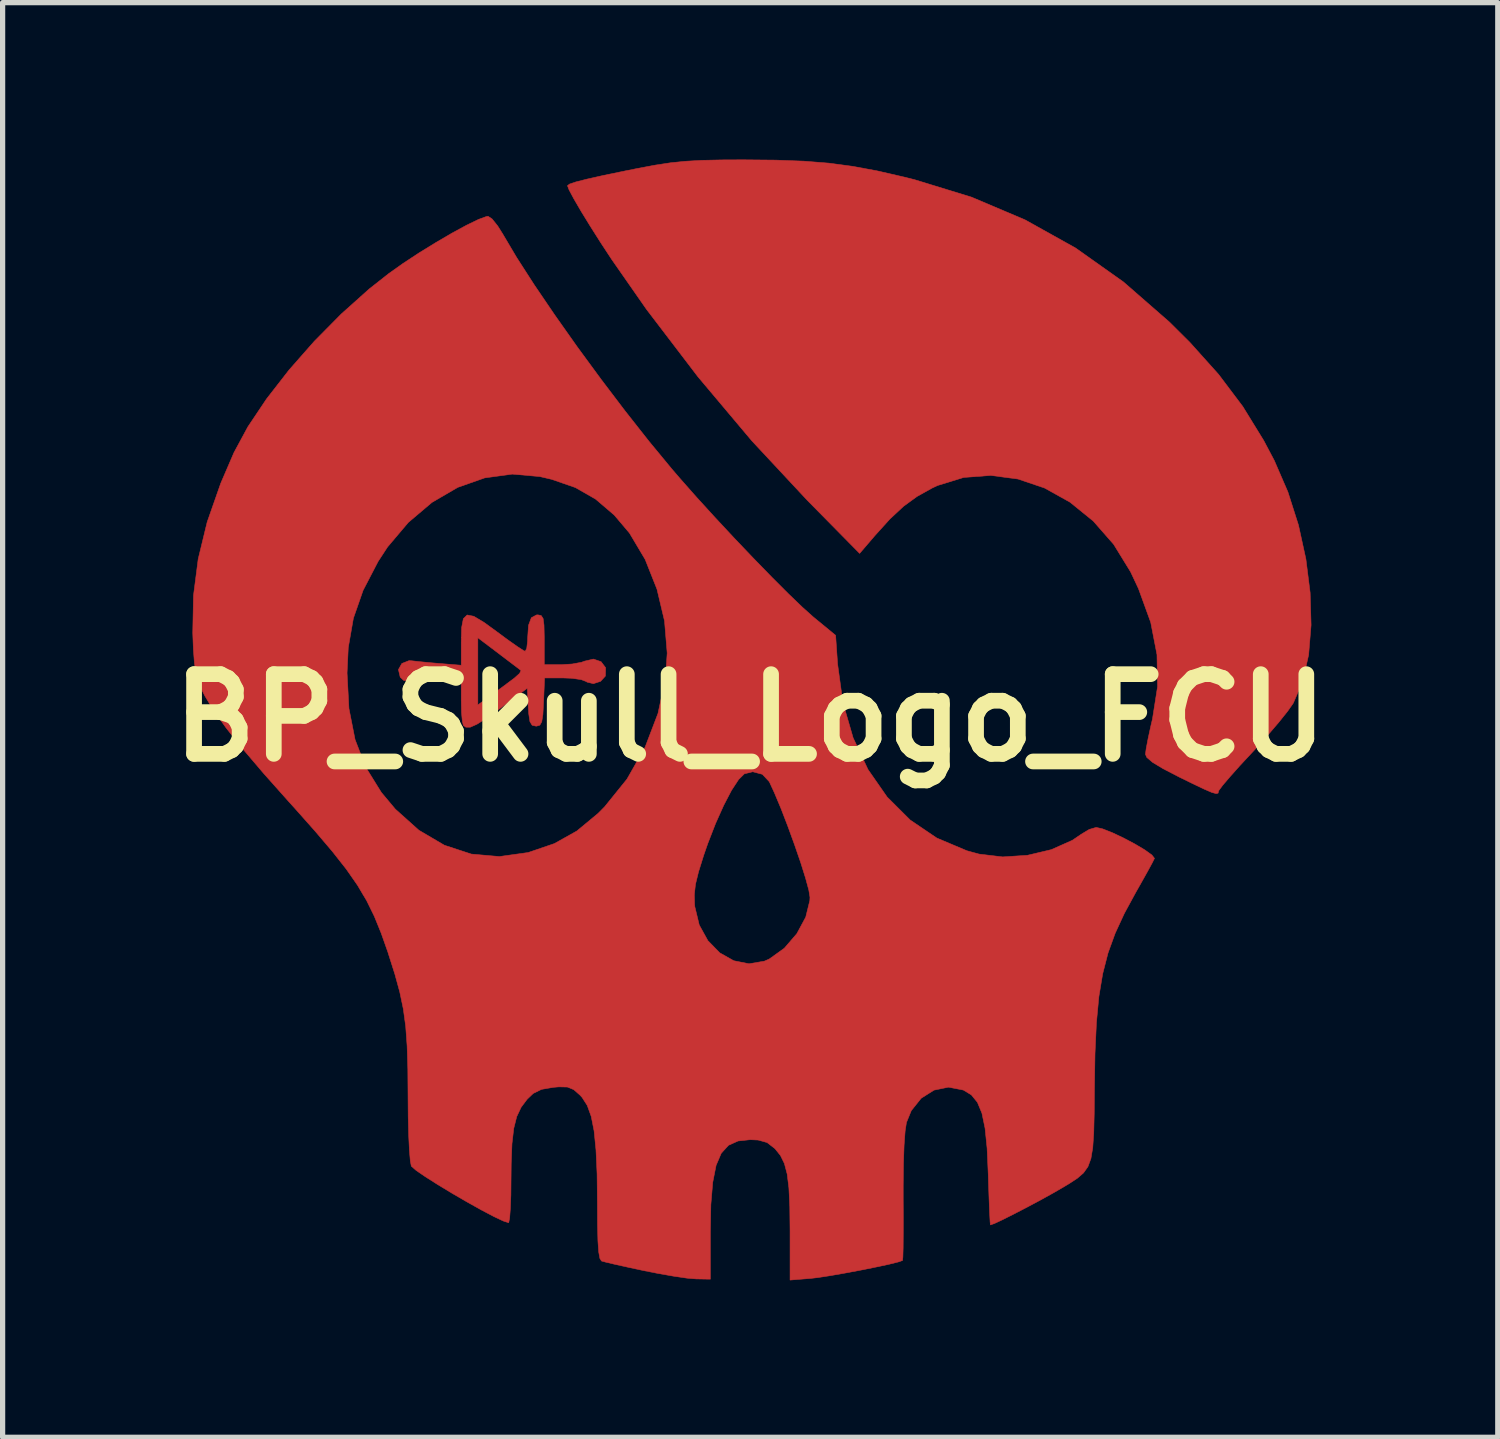
<source format=kicad_pcb>
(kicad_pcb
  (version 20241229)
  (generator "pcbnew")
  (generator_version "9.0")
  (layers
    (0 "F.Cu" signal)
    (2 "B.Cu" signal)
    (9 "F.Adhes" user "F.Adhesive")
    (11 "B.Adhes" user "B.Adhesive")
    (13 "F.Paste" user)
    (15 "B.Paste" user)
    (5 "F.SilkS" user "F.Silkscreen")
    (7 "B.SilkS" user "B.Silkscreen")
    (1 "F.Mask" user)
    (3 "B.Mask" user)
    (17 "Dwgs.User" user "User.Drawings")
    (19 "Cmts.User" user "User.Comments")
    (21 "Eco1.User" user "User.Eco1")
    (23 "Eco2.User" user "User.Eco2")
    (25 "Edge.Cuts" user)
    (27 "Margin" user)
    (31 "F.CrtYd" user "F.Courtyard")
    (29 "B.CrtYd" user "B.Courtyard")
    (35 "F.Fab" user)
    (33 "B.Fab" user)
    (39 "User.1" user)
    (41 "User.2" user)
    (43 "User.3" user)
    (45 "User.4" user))
  (footprint "BP_Skull_Logo_FCU"
    (layer "F.Cu")
    (at 11.292 10.673)
    (property "Reference" "BP_Skull_Logo_FCU" (at 0 0 0) (layer "F.SilkS") (effects (font (size 1.524 1.524) (thickness 0.3))))
    (attr through_hole)
    (fp_poly (pts (xy -3.996 -1.955) (xy -3.959 -1.899) (xy -3.942 -1.773) (xy -3.937 -1.551) (xy -3.937 -1.492) (xy -3.937 -1.016) (xy -3.615 -1.016) (xy -3.402 -1.029) (xy -3.224 -1.062) (xy -3.168 -1.083) (xy -2.997 -1.123) (xy -2.851 -1.073) (xy -2.764 -0.958) (xy -2.768 -0.802) (xy -2.77 -0.796) (xy -2.861 -0.697) (xy -2.998 -0.653) (xy -3.12 -0.683) (xy -3.131 -0.692) (xy -3.229 -0.73) (xy -3.409 -0.756) (xy -3.566 -0.762) (xy -3.931 -0.762) (xy -3.95 -0.302) (xy -3.963 -0.062) (xy -3.985 0.076) (xy -4.022 0.141) (xy -4.084 0.159) (xy -4.096 0.159) (xy -4.169 0.142) (xy -4.211 0.073) (xy -4.234 -0.078) (xy -4.242 -0.204) (xy -4.261 -0.566) (xy -4.771 -0.188) (xy -5.037 0.004) (xy -5.225 0.123) (xy -5.351 0.179) (xy -5.436 0.179) (xy -5.482 0.148) (xy -5.503 0.068) (xy -5.519 -0.103) (xy -5.522 -0.246) (xy -5.207 -0.246) (xy -4.937 -0.442) (xy -4.746 -0.582) (xy -4.571 -0.713) (xy -4.509 -0.759) (xy -4.409 -0.849) (xy -4.381 -0.904) (xy -4.382 -0.905) (xy -4.444 -0.953) (xy -4.581 -1.057) (xy -4.765 -1.196) (xy -4.81 -1.231) (xy -5.207 -1.531) (xy -5.207 -0.246) (xy -5.522 -0.246) (xy -5.524 -0.328) (xy -5.524 -0.334) (xy -5.524 -0.773) (xy -5.921 -0.741) (xy -6.159 -0.72) (xy -6.364 -0.7) (xy -6.469 -0.688) (xy -6.626 -0.716) (xy -6.691 -0.778) (xy -6.725 -0.922) (xy -6.659 -1.039) (xy -6.522 -1.093) (xy -6.469 -1.09) (xy -6.325 -1.074) (xy -6.108 -1.053) (xy -5.921 -1.037) (xy -5.524 -1.005) (xy -5.524 -1.447) (xy -5.517 -1.724) (xy -5.484 -1.895) (xy -5.411 -1.966) (xy -5.284 -1.941) (xy -5.088 -1.824) (xy -4.852 -1.652) (xy -4.634 -1.491) (xy -4.454 -1.364) (xy -4.335 -1.287) (xy -4.302 -1.272) (xy -4.272 -1.327) (xy -4.256 -1.466) (xy -4.255 -1.519) (xy -4.238 -1.769) (xy -4.184 -1.913) (xy -4.085 -1.967) (xy -4.057 -1.968) (xy -3.996 -1.955)) (stroke (width 0.01) (type solid)) (fill yes) (layer "F.Cu"))
    (fp_poly (pts (xy 0.491 -10.662) (xy 1.028 -10.642) (xy 1.506 -10.604) (xy 1.96 -10.543) (xy 2.425 -10.457) (xy 2.935 -10.34) (xy 3.143 -10.288) (xy 4.232 -9.954) (xy 5.255 -9.52) (xy 6.22 -8.982) (xy 7.137 -8.332) (xy 8.015 -7.566) (xy 8.403 -7.18) (xy 8.955 -6.565) (xy 9.417 -5.952) (xy 9.817 -5.302) (xy 10.02 -4.918) (xy 10.28 -4.317) (xy 10.482 -3.683) (xy 10.624 -3.034) (xy 10.705 -2.391) (xy 10.723 -1.774) (xy 10.676 -1.204) (xy 10.563 -0.7) (xy 10.383 -0.281) (xy 10.381 -0.278) (xy 10.277 -0.129) (xy 10.106 0.085) (xy 9.889 0.338) (xy 9.649 0.605) (xy 9.586 0.673) (xy 9.361 0.915) (xy 9.172 1.127) (xy 9.033 1.29) (xy 8.961 1.387) (xy 8.954 1.403) (xy 8.945 1.44) (xy 8.908 1.449) (xy 8.824 1.426) (xy 8.676 1.362) (xy 8.446 1.252) (xy 8.207 1.135) (xy 7.896 0.974) (xy 7.692 0.851) (xy 7.583 0.758) (xy 7.556 0.697) (xy 7.571 0.586) (xy 7.609 0.387) (xy 7.664 0.135) (xy 7.691 0.021) (xy 7.788 -0.597) (xy 7.777 -1.207) (xy 7.657 -1.826) (xy 7.423 -2.47) (xy 7.272 -2.791) (xy 6.949 -3.316) (xy 6.559 -3.761) (xy 6.114 -4.122) (xy 5.63 -4.392) (xy 5.12 -4.565) (xy 4.599 -4.634) (xy 4.081 -4.595) (xy 3.581 -4.441) (xy 3.481 -4.394) (xy 3.19 -4.232) (xy 2.932 -4.044) (xy 2.672 -3.802) (xy 2.38 -3.479) (xy 2.364 -3.46) (xy 2.092 -3.143) (xy 1.091 -4.159) (xy 0.032 -5.295) (xy -1.001 -6.523) (xy -1.982 -7.809) (xy -2.647 -8.763) (xy -2.859 -9.086) (xy -3.058 -9.4) (xy -3.233 -9.685) (xy -3.371 -9.922) (xy -3.462 -10.092) (xy -3.493 -10.173) (xy -3.454 -10.204) (xy -3.333 -10.245) (xy -3.12 -10.299) (xy -2.804 -10.37) (xy -2.378 -10.458) (xy -2.138 -10.506) (xy -1.812 -10.567) (xy -1.523 -10.611) (xy -1.239 -10.64) (xy -0.924 -10.658) (xy -0.547 -10.666) (xy -0.138 -10.668) (xy 0.491 -10.662)) (stroke (width 0.01) (type solid)) (fill yes) (layer "F.Cu"))
    (fp_poly (pts (xy -4.934 -9.537) (xy -4.827 -9.403) (xy -4.734 -9.255) (xy -4.467 -8.804) (xy -4.13 -8.28) (xy -3.738 -7.703) (xy -3.308 -7.094) (xy -2.853 -6.474) (xy -2.39 -5.864) (xy -1.934 -5.285) (xy -1.499 -4.758) (xy -1.339 -4.572) (xy -1.021 -4.212) (xy -0.67 -3.827) (xy -0.303 -3.433) (xy 0.063 -3.049) (xy 0.413 -2.689) (xy 0.729 -2.373) (xy 0.996 -2.116) (xy 1.197 -1.936) (xy 1.212 -1.923) (xy 1.633 -1.577) (xy 1.671 -1.027) (xy 1.772 -0.291) (xy 1.968 0.383) (xy 2.252 0.988) (xy 2.618 1.514) (xy 3.059 1.954) (xy 3.569 2.299) (xy 4.142 2.541) (xy 4.375 2.605) (xy 4.827 2.659) (xy 5.301 2.628) (xy 5.757 2.52) (xy 6.159 2.341) (xy 6.33 2.225) (xy 6.481 2.134) (xy 6.614 2.095) (xy 6.614 2.095) (xy 6.738 2.123) (xy 6.921 2.195) (xy 7.137 2.297) (xy 7.354 2.412) (xy 7.544 2.525) (xy 7.679 2.622) (xy 7.728 2.685) (xy 7.728 2.689) (xy 7.685 2.775) (xy 7.593 2.944) (xy 7.468 3.167) (xy 7.372 3.336) (xy 7.153 3.739) (xy 6.978 4.118) (xy 6.841 4.495) (xy 6.739 4.892) (xy 6.666 5.33) (xy 6.619 5.83) (xy 6.592 6.415) (xy 6.581 7.083) (xy 6.577 7.564) (xy 6.568 7.935) (xy 6.549 8.217) (xy 6.514 8.426) (xy 6.457 8.581) (xy 6.372 8.701) (xy 6.254 8.803) (xy 6.097 8.906) (xy 5.987 8.972) (xy 5.788 9.087) (xy 5.548 9.22) (xy 5.291 9.357) (xy 5.042 9.486) (xy 4.827 9.594) (xy 4.669 9.668) (xy 4.595 9.694) (xy 4.592 9.694) (xy 4.586 9.629) (xy 4.577 9.459) (xy 4.567 9.207) (xy 4.556 8.895) (xy 4.551 8.724) (xy 4.529 8.229) (xy 4.49 7.846) (xy 4.43 7.558) (xy 4.344 7.351) (xy 4.228 7.209) (xy 4.078 7.118) (xy 4.074 7.116) (xy 3.791 7.061) (xy 3.514 7.118) (xy 3.269 7.273) (xy 3.079 7.511) (xy 2.987 7.737) (xy 2.962 7.901) (xy 2.942 8.172) (xy 2.93 8.528) (xy 2.925 8.95) (xy 2.925 9.179) (xy 2.927 9.552) (xy 2.926 9.878) (xy 2.924 10.137) (xy 2.919 10.309) (xy 2.912 10.375) (xy 2.827 10.404) (xy 2.646 10.449) (xy 2.397 10.502) (xy 2.109 10.56) (xy 1.81 10.616) (xy 1.53 10.665) (xy 1.296 10.701) (xy 1.159 10.717) (xy 0.762 10.749) (xy 0.762 9.804) (xy 0.757 9.343) (xy 0.74 8.989) (xy 0.707 8.722) (xy 0.654 8.521) (xy 0.579 8.368) (xy 0.476 8.24) (xy 0.467 8.231) (xy 0.323 8.12) (xy 0.152 8.072) (xy 0 8.065) (xy -0.232 8.09) (xy -0.414 8.172) (xy -0.553 8.324) (xy -0.652 8.556) (xy -0.716 8.88) (xy -0.752 9.306) (xy -0.762 9.839) (xy -0.762 10.732) (xy -1.032 10.727) (xy -1.204 10.713) (xy -1.462 10.675) (xy -1.769 10.621) (xy -2.032 10.569) (xy -2.326 10.506) (xy -2.578 10.45) (xy -2.76 10.407) (xy -2.842 10.385) (xy -2.873 10.337) (xy -2.896 10.213) (xy -2.911 10) (xy -2.919 9.685) (xy -2.921 9.294) (xy -2.927 8.722) (xy -2.948 8.262) (xy -2.984 7.899) (xy -3.039 7.621) (xy -3.115 7.411) (xy -3.214 7.257) (xy -3.25 7.217) (xy -3.374 7.108) (xy -3.492 7.059) (xy -3.656 7.055) (xy -3.762 7.064) (xy -3.989 7.103) (xy -4.148 7.181) (xy -4.263 7.291) (xy -4.379 7.445) (xy -4.463 7.623) (xy -4.52 7.848) (xy -4.554 8.141) (xy -4.569 8.524) (xy -4.572 8.811) (xy -4.575 9.121) (xy -4.585 9.38) (xy -4.599 9.563) (xy -4.616 9.649) (xy -4.621 9.652) (xy -4.72 9.62) (xy -4.902 9.534) (xy -5.143 9.407) (xy -5.418 9.253) (xy -5.704 9.087) (xy -5.976 8.922) (xy -6.211 8.773) (xy -6.386 8.653) (xy -6.475 8.575) (xy -6.479 8.569) (xy -6.498 8.471) (xy -6.515 8.268) (xy -6.529 7.983) (xy -6.538 7.637) (xy -6.541 7.259) (xy -6.545 6.717) (xy -6.559 6.273) (xy -6.586 5.898) (xy -6.632 5.563) (xy -6.7 5.239) (xy -6.794 4.897) (xy -6.918 4.508) (xy -6.926 4.481) (xy -7.055 4.116) (xy -7.186 3.794) (xy -7.333 3.494) (xy -7.403 3.377) (xy -1.068 3.377) (xy -1.063 3.568) (xy -1.059 3.609) (xy -0.974 3.961) (xy -0.809 4.26) (xy -0.582 4.493) (xy -0.314 4.644) (xy -0.023 4.702) (xy 0.272 4.652) (xy 0.368 4.609) (xy 0.653 4.404) (xy 0.892 4.126) (xy 1.062 3.81) (xy 1.14 3.493) (xy 1.143 3.43) (xy 1.12 3.29) (xy 1.057 3.059) (xy 0.964 2.763) (xy 0.848 2.426) (xy 0.72 2.074) (xy 0.589 1.734) (xy 0.462 1.431) (xy 0.365 1.221) (xy 0.233 1.08) (xy 0.048 1.031) (xy -0.112 1.071) (xy -0.221 1.179) (xy -0.357 1.386) (xy -0.507 1.674) (xy -0.662 2.02) (xy -0.811 2.403) (xy -0.889 2.628) (xy -0.988 2.945) (xy -1.046 3.182) (xy -1.068 3.377) (xy -7.403 3.377) (xy -7.507 3.201) (xy -7.721 2.894) (xy -7.986 2.557) (xy -8.314 2.171) (xy -8.718 1.716) (xy -8.817 1.607) (xy -9.304 1.06) (xy -9.703 0.591) (xy -10.018 0.194) (xy -10.257 -0.14) (xy -10.424 -0.416) (xy -10.471 -0.508) (xy -10.543 -0.68) (xy -10.593 -0.848) (xy -10.594 -0.857) (xy -7.707 -0.857) (xy -7.671 -0.178) (xy -7.554 0.416) (xy -7.35 0.945) (xy -7.052 1.426) (xy -6.783 1.747) (xy -6.334 2.149) (xy -5.846 2.436) (xy -5.331 2.605) (xy -4.795 2.652) (xy -4.25 2.576) (xy -4.235 2.572) (xy -3.743 2.404) (xy -3.313 2.163) (xy -2.908 1.827) (xy -2.784 1.702) (xy -2.356 1.172) (xy -2.012 0.568) (xy -1.763 -0.083) (xy -1.619 -0.754) (xy -1.587 -1.238) (xy -1.638 -1.853) (xy -1.782 -2.459) (xy -2.008 -3.028) (xy -2.307 -3.531) (xy -2.599 -3.876) (xy -2.956 -4.181) (xy -3.342 -4.402) (xy -3.795 -4.559) (xy -4.021 -4.612) (xy -4.547 -4.659) (xy -5.075 -4.587) (xy -5.592 -4.405) (xy -6.084 -4.118) (xy -6.535 -3.736) (xy -6.933 -3.266) (xy -7.113 -2.99) (xy -7.4 -2.438) (xy -7.586 -1.904) (xy -7.684 -1.342) (xy -7.707 -0.857) (xy -10.594 -0.857) (xy -10.625 -1.047) (xy -10.645 -1.31) (xy -10.657 -1.623) (xy -10.643 -2.338) (xy -10.553 -3.036) (xy -10.381 -3.744) (xy -10.121 -4.486) (xy -9.869 -5.071) (xy -9.603 -5.564) (xy -9.246 -6.097) (xy -8.816 -6.65) (xy -8.333 -7.199) (xy -7.816 -7.722) (xy -7.283 -8.199) (xy -6.91 -8.493) (xy -6.638 -8.686) (xy -6.331 -8.888) (xy -6.011 -9.085) (xy -5.7 -9.267) (xy -5.42 -9.419) (xy -5.193 -9.529) (xy -5.042 -9.584) (xy -5.011 -9.588) (xy -4.934 -9.537)) (stroke (width 0.01) (type solid)) (fill yes) (layer "F.Cu")))
  (gr_rect
    (start -3 -3)
    (end 25.584 24.427)
    (stroke (width 0.1) (type default))
    (fill no)
    (layer "Edge.Cuts")))
</source>
